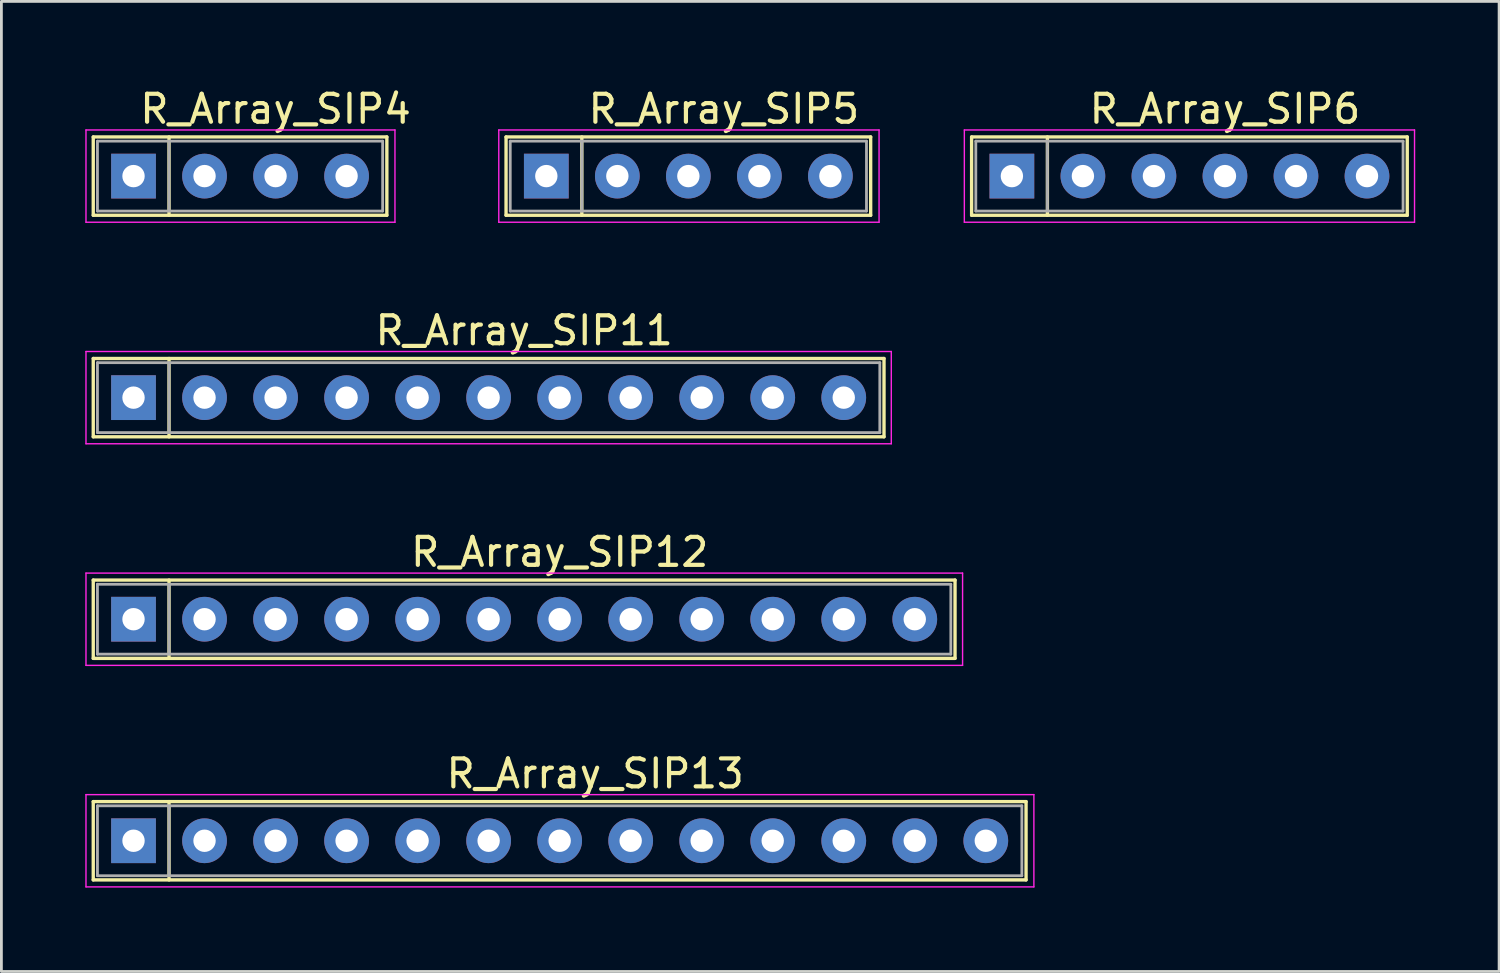
<source format=kicad_pcb>
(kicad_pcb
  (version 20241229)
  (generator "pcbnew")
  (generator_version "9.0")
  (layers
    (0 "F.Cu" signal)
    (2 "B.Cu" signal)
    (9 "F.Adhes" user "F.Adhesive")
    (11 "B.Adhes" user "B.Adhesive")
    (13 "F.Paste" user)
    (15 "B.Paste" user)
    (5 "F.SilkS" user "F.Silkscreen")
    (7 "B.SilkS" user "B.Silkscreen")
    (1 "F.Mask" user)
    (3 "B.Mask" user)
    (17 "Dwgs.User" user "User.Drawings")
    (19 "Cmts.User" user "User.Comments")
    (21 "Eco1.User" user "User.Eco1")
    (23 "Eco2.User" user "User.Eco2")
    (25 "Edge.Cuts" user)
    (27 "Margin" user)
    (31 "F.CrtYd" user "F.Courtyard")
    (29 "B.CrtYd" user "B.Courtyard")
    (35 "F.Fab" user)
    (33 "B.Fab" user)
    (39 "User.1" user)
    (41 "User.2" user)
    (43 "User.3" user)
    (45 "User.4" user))
  (footprint "R_Array_SIP4"
    (layer "F.Cu")
    (at 1.725 3.248)
    (property "Reference" "R_Array_SIP4" (at 5.08 -2.4 0) (layer "F.SilkS") (effects (font (size 1 1) (thickness 0.15))))
    (attr through_hole)
    (fp_line (start -1.44 -1.4) (end -1.44 1.4) (stroke (width 0.12) (type solid)) (layer "F.SilkS"))
    (fp_line (start -1.44 1.4) (end 9.06 1.4) (stroke (width 0.12) (type solid)) (layer "F.SilkS"))
    (fp_line (start 1.27 -1.4) (end 1.27 1.4) (stroke (width 0.12) (type solid)) (layer "F.SilkS"))
    (fp_line (start 9.06 -1.4) (end -1.44 -1.4) (stroke (width 0.12) (type solid)) (layer "F.SilkS"))
    (fp_line (start 9.06 1.4) (end 9.06 -1.4) (stroke (width 0.12) (type solid)) (layer "F.SilkS"))
    (fp_line (start -1.7 -1.65) (end -1.7 1.65) (stroke (width 0.05) (type solid)) (layer "F.CrtYd"))
    (fp_line (start -1.7 1.65) (end 9.35 1.65) (stroke (width 0.05) (type solid)) (layer "F.CrtYd"))
    (fp_line (start 9.35 -1.65) (end -1.7 -1.65) (stroke (width 0.05) (type solid)) (layer "F.CrtYd"))
    (fp_line (start 9.35 1.65) (end 9.35 -1.65) (stroke (width 0.05) (type solid)) (layer "F.CrtYd"))
    (fp_line (start -1.29 -1.25) (end -1.29 1.25) (stroke (width 0.1) (type solid)) (layer "F.Fab"))
    (fp_line (start -1.29 1.25) (end 8.91 1.25) (stroke (width 0.1) (type solid)) (layer "F.Fab"))
    (fp_line (start 1.27 -1.25) (end 1.27 1.25) (stroke (width 0.1) (type solid)) (layer "F.Fab"))
    (fp_line (start 8.91 -1.25) (end -1.29 -1.25) (stroke (width 0.1) (type solid)) (layer "F.Fab"))
    (fp_line (start 8.91 1.25) (end 8.91 -1.25) (stroke (width 0.1) (type solid)) (layer "F.Fab"))
    (pad "1" thru_hole rect (at 0 0) (size 1.6 1.6) (drill 0.8) (layers "*.Cu" "*.Mask"))
    (pad "2" thru_hole oval (at 2.54 0) (size 1.6 1.6) (drill 0.8) (layers "*.Cu" "*.Mask"))
    (pad "3" thru_hole oval (at 5.08 0) (size 1.6 1.6) (drill 0.8) (layers "*.Cu" "*.Mask"))
    (pad "4" thru_hole oval (at 7.62 0) (size 1.6 1.6) (drill 0.8) (layers "*.Cu" "*.Mask")))
  (footprint "R_Array_SIP13"
    (layer "F.Cu")
    (at 1.725 27.018)
    (property "Reference" "R_Array_SIP13" (at 16.51 -2.4 0) (layer "F.SilkS") (effects (font (size 1 1) (thickness 0.15))))
    (attr through_hole)
    (fp_line (start -1.44 -1.4) (end -1.44 1.4) (stroke (width 0.12) (type solid)) (layer "F.SilkS"))
    (fp_line (start -1.44 1.4) (end 31.92 1.4) (stroke (width 0.12) (type solid)) (layer "F.SilkS"))
    (fp_line (start 1.27 -1.4) (end 1.27 1.4) (stroke (width 0.12) (type solid)) (layer "F.SilkS"))
    (fp_line (start 31.92 -1.4) (end -1.44 -1.4) (stroke (width 0.12) (type solid)) (layer "F.SilkS"))
    (fp_line (start 31.92 1.4) (end 31.92 -1.4) (stroke (width 0.12) (type solid)) (layer "F.SilkS"))
    (fp_line (start -1.7 -1.65) (end -1.7 1.65) (stroke (width 0.05) (type solid)) (layer "F.CrtYd"))
    (fp_line (start -1.7 1.65) (end 32.2 1.65) (stroke (width 0.05) (type solid)) (layer "F.CrtYd"))
    (fp_line (start 32.2 -1.65) (end -1.7 -1.65) (stroke (width 0.05) (type solid)) (layer "F.CrtYd"))
    (fp_line (start 32.2 1.65) (end 32.2 -1.65) (stroke (width 0.05) (type solid)) (layer "F.CrtYd"))
    (fp_line (start -1.29 -1.25) (end -1.29 1.25) (stroke (width 0.1) (type solid)) (layer "F.Fab"))
    (fp_line (start -1.29 1.25) (end 31.77 1.25) (stroke (width 0.1) (type solid)) (layer "F.Fab"))
    (fp_line (start 1.27 -1.25) (end 1.27 1.25) (stroke (width 0.1) (type solid)) (layer "F.Fab"))
    (fp_line (start 31.77 -1.25) (end -1.29 -1.25) (stroke (width 0.1) (type solid)) (layer "F.Fab"))
    (fp_line (start 31.77 1.25) (end 31.77 -1.25) (stroke (width 0.1) (type solid)) (layer "F.Fab"))
    (pad "1" thru_hole rect (at 0 0) (size 1.6 1.6) (drill 0.8) (layers "*.Cu" "*.Mask"))
    (pad "2" thru_hole oval (at 2.54 0) (size 1.6 1.6) (drill 0.8) (layers "*.Cu" "*.Mask"))
    (pad "3" thru_hole oval (at 5.08 0) (size 1.6 1.6) (drill 0.8) (layers "*.Cu" "*.Mask"))
    (pad "4" thru_hole oval (at 7.62 0) (size 1.6 1.6) (drill 0.8) (layers "*.Cu" "*.Mask"))
    (pad "5" thru_hole oval (at 10.16 0) (size 1.6 1.6) (drill 0.8) (layers "*.Cu" "*.Mask"))
    (pad "6" thru_hole oval (at 12.7 0) (size 1.6 1.6) (drill 0.8) (layers "*.Cu" "*.Mask"))
    (pad "7" thru_hole oval (at 15.24 0) (size 1.6 1.6) (drill 0.8) (layers "*.Cu" "*.Mask"))
    (pad "8" thru_hole oval (at 17.78 0) (size 1.6 1.6) (drill 0.8) (layers "*.Cu" "*.Mask"))
    (pad "9" thru_hole oval (at 20.32 0) (size 1.6 1.6) (drill 0.8) (layers "*.Cu" "*.Mask"))
    (pad "10" thru_hole oval (at 22.86 0) (size 1.6 1.6) (drill 0.8) (layers "*.Cu" "*.Mask"))
    (pad "11" thru_hole oval (at 25.4 0) (size 1.6 1.6) (drill 0.8) (layers "*.Cu" "*.Mask"))
    (pad "12" thru_hole oval (at 27.94 0) (size 1.6 1.6) (drill 0.8) (layers "*.Cu" "*.Mask"))
    (pad "13" thru_hole oval (at 30.48 0) (size 1.6 1.6) (drill 0.8) (layers "*.Cu" "*.Mask")))
  (footprint "R_Array_SIP5"
    (layer "F.Cu")
    (at 16.488 3.248)
    (property "Reference" "R_Array_SIP5" (at 6.35 -2.4 0) (layer "F.SilkS") (effects (font (size 1 1) (thickness 0.15))))
    (attr through_hole)
    (fp_line (start -1.44 -1.4) (end -1.44 1.4) (stroke (width 0.12) (type solid)) (layer "F.SilkS"))
    (fp_line (start -1.44 1.4) (end 11.6 1.4) (stroke (width 0.12) (type solid)) (layer "F.SilkS"))
    (fp_line (start 1.27 -1.4) (end 1.27 1.4) (stroke (width 0.12) (type solid)) (layer "F.SilkS"))
    (fp_line (start 11.6 -1.4) (end -1.44 -1.4) (stroke (width 0.12) (type solid)) (layer "F.SilkS"))
    (fp_line (start 11.6 1.4) (end 11.6 -1.4) (stroke (width 0.12) (type solid)) (layer "F.SilkS"))
    (fp_line (start -1.7 -1.65) (end -1.7 1.65) (stroke (width 0.05) (type solid)) (layer "F.CrtYd"))
    (fp_line (start -1.7 1.65) (end 11.9 1.65) (stroke (width 0.05) (type solid)) (layer "F.CrtYd"))
    (fp_line (start 11.9 -1.65) (end -1.7 -1.65) (stroke (width 0.05) (type solid)) (layer "F.CrtYd"))
    (fp_line (start 11.9 1.65) (end 11.9 -1.65) (stroke (width 0.05) (type solid)) (layer "F.CrtYd"))
    (fp_line (start -1.29 -1.25) (end -1.29 1.25) (stroke (width 0.1) (type solid)) (layer "F.Fab"))
    (fp_line (start -1.29 1.25) (end 11.45 1.25) (stroke (width 0.1) (type solid)) (layer "F.Fab"))
    (fp_line (start 1.27 -1.25) (end 1.27 1.25) (stroke (width 0.1) (type solid)) (layer "F.Fab"))
    (fp_line (start 11.45 -1.25) (end -1.29 -1.25) (stroke (width 0.1) (type solid)) (layer "F.Fab"))
    (fp_line (start 11.45 1.25) (end 11.45 -1.25) (stroke (width 0.1) (type solid)) (layer "F.Fab"))
    (pad "1" thru_hole rect (at 0 0) (size 1.6 1.6) (drill 0.8) (layers "*.Cu" "*.Mask"))
    (pad "2" thru_hole oval (at 2.54 0) (size 1.6 1.6) (drill 0.8) (layers "*.Cu" "*.Mask"))
    (pad "3" thru_hole oval (at 5.08 0) (size 1.6 1.6) (drill 0.8) (layers "*.Cu" "*.Mask"))
    (pad "4" thru_hole oval (at 7.62 0) (size 1.6 1.6) (drill 0.8) (layers "*.Cu" "*.Mask"))
    (pad "5" thru_hole oval (at 10.16 0) (size 1.6 1.6) (drill 0.8) (layers "*.Cu" "*.Mask")))
  (footprint "R_Array_SIP12"
    (layer "F.Cu")
    (at 1.725 19.095)
    (property "Reference" "R_Array_SIP12" (at 15.24 -2.4 0) (layer "F.SilkS") (effects (font (size 1 1) (thickness 0.15))))
    (attr through_hole)
    (fp_line (start -1.44 -1.4) (end -1.44 1.4) (stroke (width 0.12) (type solid)) (layer "F.SilkS"))
    (fp_line (start -1.44 1.4) (end 29.38 1.4) (stroke (width 0.12) (type solid)) (layer "F.SilkS"))
    (fp_line (start 1.27 -1.4) (end 1.27 1.4) (stroke (width 0.12) (type solid)) (layer "F.SilkS"))
    (fp_line (start 29.38 -1.4) (end -1.44 -1.4) (stroke (width 0.12) (type solid)) (layer "F.SilkS"))
    (fp_line (start 29.38 1.4) (end 29.38 -1.4) (stroke (width 0.12) (type solid)) (layer "F.SilkS"))
    (fp_line (start -1.7 -1.65) (end -1.7 1.65) (stroke (width 0.05) (type solid)) (layer "F.CrtYd"))
    (fp_line (start -1.7 1.65) (end 29.65 1.65) (stroke (width 0.05) (type solid)) (layer "F.CrtYd"))
    (fp_line (start 29.65 -1.65) (end -1.7 -1.65) (stroke (width 0.05) (type solid)) (layer "F.CrtYd"))
    (fp_line (start 29.65 1.65) (end 29.65 -1.65) (stroke (width 0.05) (type solid)) (layer "F.CrtYd"))
    (fp_line (start -1.29 -1.25) (end -1.29 1.25) (stroke (width 0.1) (type solid)) (layer "F.Fab"))
    (fp_line (start -1.29 1.25) (end 29.23 1.25) (stroke (width 0.1) (type solid)) (layer "F.Fab"))
    (fp_line (start 1.27 -1.25) (end 1.27 1.25) (stroke (width 0.1) (type solid)) (layer "F.Fab"))
    (fp_line (start 29.23 -1.25) (end -1.29 -1.25) (stroke (width 0.1) (type solid)) (layer "F.Fab"))
    (fp_line (start 29.23 1.25) (end 29.23 -1.25) (stroke (width 0.1) (type solid)) (layer "F.Fab"))
    (pad "1" thru_hole rect (at 0 0) (size 1.6 1.6) (drill 0.8) (layers "*.Cu" "*.Mask"))
    (pad "2" thru_hole oval (at 2.54 0) (size 1.6 1.6) (drill 0.8) (layers "*.Cu" "*.Mask"))
    (pad "3" thru_hole oval (at 5.08 0) (size 1.6 1.6) (drill 0.8) (layers "*.Cu" "*.Mask"))
    (pad "4" thru_hole oval (at 7.62 0) (size 1.6 1.6) (drill 0.8) (layers "*.Cu" "*.Mask"))
    (pad "5" thru_hole oval (at 10.16 0) (size 1.6 1.6) (drill 0.8) (layers "*.Cu" "*.Mask"))
    (pad "6" thru_hole oval (at 12.7 0) (size 1.6 1.6) (drill 0.8) (layers "*.Cu" "*.Mask"))
    (pad "7" thru_hole oval (at 15.24 0) (size 1.6 1.6) (drill 0.8) (layers "*.Cu" "*.Mask"))
    (pad "8" thru_hole oval (at 17.78 0) (size 1.6 1.6) (drill 0.8) (layers "*.Cu" "*.Mask"))
    (pad "9" thru_hole oval (at 20.32 0) (size 1.6 1.6) (drill 0.8) (layers "*.Cu" "*.Mask"))
    (pad "10" thru_hole oval (at 22.86 0) (size 1.6 1.6) (drill 0.8) (layers "*.Cu" "*.Mask"))
    (pad "11" thru_hole oval (at 25.4 0) (size 1.6 1.6) (drill 0.8) (layers "*.Cu" "*.Mask"))
    (pad "12" thru_hole oval (at 27.94 0) (size 1.6 1.6) (drill 0.8) (layers "*.Cu" "*.Mask")))
  (footprint "R_Array_SIP6"
    (layer "F.Cu")
    (at 33.138 3.248)
    (property "Reference" "R_Array_SIP6" (at 7.62 -2.4 0) (layer "F.SilkS") (effects (font (size 1 1) (thickness 0.15))))
    (attr through_hole)
    (fp_line (start -1.44 -1.4) (end -1.44 1.4) (stroke (width 0.12) (type solid)) (layer "F.SilkS"))
    (fp_line (start -1.44 1.4) (end 14.14 1.4) (stroke (width 0.12) (type solid)) (layer "F.SilkS"))
    (fp_line (start 1.27 -1.4) (end 1.27 1.4) (stroke (width 0.12) (type solid)) (layer "F.SilkS"))
    (fp_line (start 14.14 -1.4) (end -1.44 -1.4) (stroke (width 0.12) (type solid)) (layer "F.SilkS"))
    (fp_line (start 14.14 1.4) (end 14.14 -1.4) (stroke (width 0.12) (type solid)) (layer "F.SilkS"))
    (fp_line (start -1.7 -1.65) (end -1.7 1.65) (stroke (width 0.05) (type solid)) (layer "F.CrtYd"))
    (fp_line (start -1.7 1.65) (end 14.4 1.65) (stroke (width 0.05) (type solid)) (layer "F.CrtYd"))
    (fp_line (start 14.4 -1.65) (end -1.7 -1.65) (stroke (width 0.05) (type solid)) (layer "F.CrtYd"))
    (fp_line (start 14.4 1.65) (end 14.4 -1.65) (stroke (width 0.05) (type solid)) (layer "F.CrtYd"))
    (fp_line (start -1.29 -1.25) (end -1.29 1.25) (stroke (width 0.1) (type solid)) (layer "F.Fab"))
    (fp_line (start -1.29 1.25) (end 13.99 1.25) (stroke (width 0.1) (type solid)) (layer "F.Fab"))
    (fp_line (start 1.27 -1.25) (end 1.27 1.25) (stroke (width 0.1) (type solid)) (layer "F.Fab"))
    (fp_line (start 13.99 -1.25) (end -1.29 -1.25) (stroke (width 0.1) (type solid)) (layer "F.Fab"))
    (fp_line (start 13.99 1.25) (end 13.99 -1.25) (stroke (width 0.1) (type solid)) (layer "F.Fab"))
    (pad "1" thru_hole rect (at 0 0) (size 1.6 1.6) (drill 0.8) (layers "*.Cu" "*.Mask"))
    (pad "2" thru_hole oval (at 2.54 0) (size 1.6 1.6) (drill 0.8) (layers "*.Cu" "*.Mask"))
    (pad "3" thru_hole oval (at 5.08 0) (size 1.6 1.6) (drill 0.8) (layers "*.Cu" "*.Mask"))
    (pad "4" thru_hole oval (at 7.62 0) (size 1.6 1.6) (drill 0.8) (layers "*.Cu" "*.Mask"))
    (pad "5" thru_hole oval (at 10.16 0) (size 1.6 1.6) (drill 0.8) (layers "*.Cu" "*.Mask"))
    (pad "6" thru_hole oval (at 12.7 0) (size 1.6 1.6) (drill 0.8) (layers "*.Cu" "*.Mask")))
  (footprint "R_Array_SIP11"
    (layer "F.Cu")
    (at 1.725 11.171)
    (property "Reference" "R_Array_SIP11" (at 13.97 -2.4 0) (layer "F.SilkS") (effects (font (size 1 1) (thickness 0.15))))
    (attr through_hole)
    (fp_line (start -1.44 -1.4) (end -1.44 1.4) (stroke (width 0.12) (type solid)) (layer "F.SilkS"))
    (fp_line (start -1.44 1.4) (end 26.84 1.4) (stroke (width 0.12) (type solid)) (layer "F.SilkS"))
    (fp_line (start 1.27 -1.4) (end 1.27 1.4) (stroke (width 0.12) (type solid)) (layer "F.SilkS"))
    (fp_line (start 26.84 -1.4) (end -1.44 -1.4) (stroke (width 0.12) (type solid)) (layer "F.SilkS"))
    (fp_line (start 26.84 1.4) (end 26.84 -1.4) (stroke (width 0.12) (type solid)) (layer "F.SilkS"))
    (fp_line (start -1.7 -1.65) (end -1.7 1.65) (stroke (width 0.05) (type solid)) (layer "F.CrtYd"))
    (fp_line (start -1.7 1.65) (end 27.1 1.65) (stroke (width 0.05) (type solid)) (layer "F.CrtYd"))
    (fp_line (start 27.1 -1.65) (end -1.7 -1.65) (stroke (width 0.05) (type solid)) (layer "F.CrtYd"))
    (fp_line (start 27.1 1.65) (end 27.1 -1.65) (stroke (width 0.05) (type solid)) (layer "F.CrtYd"))
    (fp_line (start -1.29 -1.25) (end -1.29 1.25) (stroke (width 0.1) (type solid)) (layer "F.Fab"))
    (fp_line (start -1.29 1.25) (end 26.69 1.25) (stroke (width 0.1) (type solid)) (layer "F.Fab"))
    (fp_line (start 1.27 -1.25) (end 1.27 1.25) (stroke (width 0.1) (type solid)) (layer "F.Fab"))
    (fp_line (start 26.69 -1.25) (end -1.29 -1.25) (stroke (width 0.1) (type solid)) (layer "F.Fab"))
    (fp_line (start 26.69 1.25) (end 26.69 -1.25) (stroke (width 0.1) (type solid)) (layer "F.Fab"))
    (pad "1" thru_hole rect (at 0 0) (size 1.6 1.6) (drill 0.8) (layers "*.Cu" "*.Mask"))
    (pad "2" thru_hole oval (at 2.54 0) (size 1.6 1.6) (drill 0.8) (layers "*.Cu" "*.Mask"))
    (pad "3" thru_hole oval (at 5.08 0) (size 1.6 1.6) (drill 0.8) (layers "*.Cu" "*.Mask"))
    (pad "4" thru_hole oval (at 7.62 0) (size 1.6 1.6) (drill 0.8) (layers "*.Cu" "*.Mask"))
    (pad "5" thru_hole oval (at 10.16 0) (size 1.6 1.6) (drill 0.8) (layers "*.Cu" "*.Mask"))
    (pad "6" thru_hole oval (at 12.7 0) (size 1.6 1.6) (drill 0.8) (layers "*.Cu" "*.Mask"))
    (pad "7" thru_hole oval (at 15.24 0) (size 1.6 1.6) (drill 0.8) (layers "*.Cu" "*.Mask"))
    (pad "8" thru_hole oval (at 17.78 0) (size 1.6 1.6) (drill 0.8) (layers "*.Cu" "*.Mask"))
    (pad "9" thru_hole oval (at 20.32 0) (size 1.6 1.6) (drill 0.8) (layers "*.Cu" "*.Mask"))
    (pad "10" thru_hole oval (at 22.86 0) (size 1.6 1.6) (drill 0.8) (layers "*.Cu" "*.Mask"))
    (pad "11" thru_hole oval (at 25.4 0) (size 1.6 1.6) (drill 0.8) (layers "*.Cu" "*.Mask")))
  (gr_rect
    (start -3 -3)
    (end 50.563 31.693)
    (stroke (width 0.1) (type default))
    (fill no)
    (layer "Edge.Cuts")))
</source>
